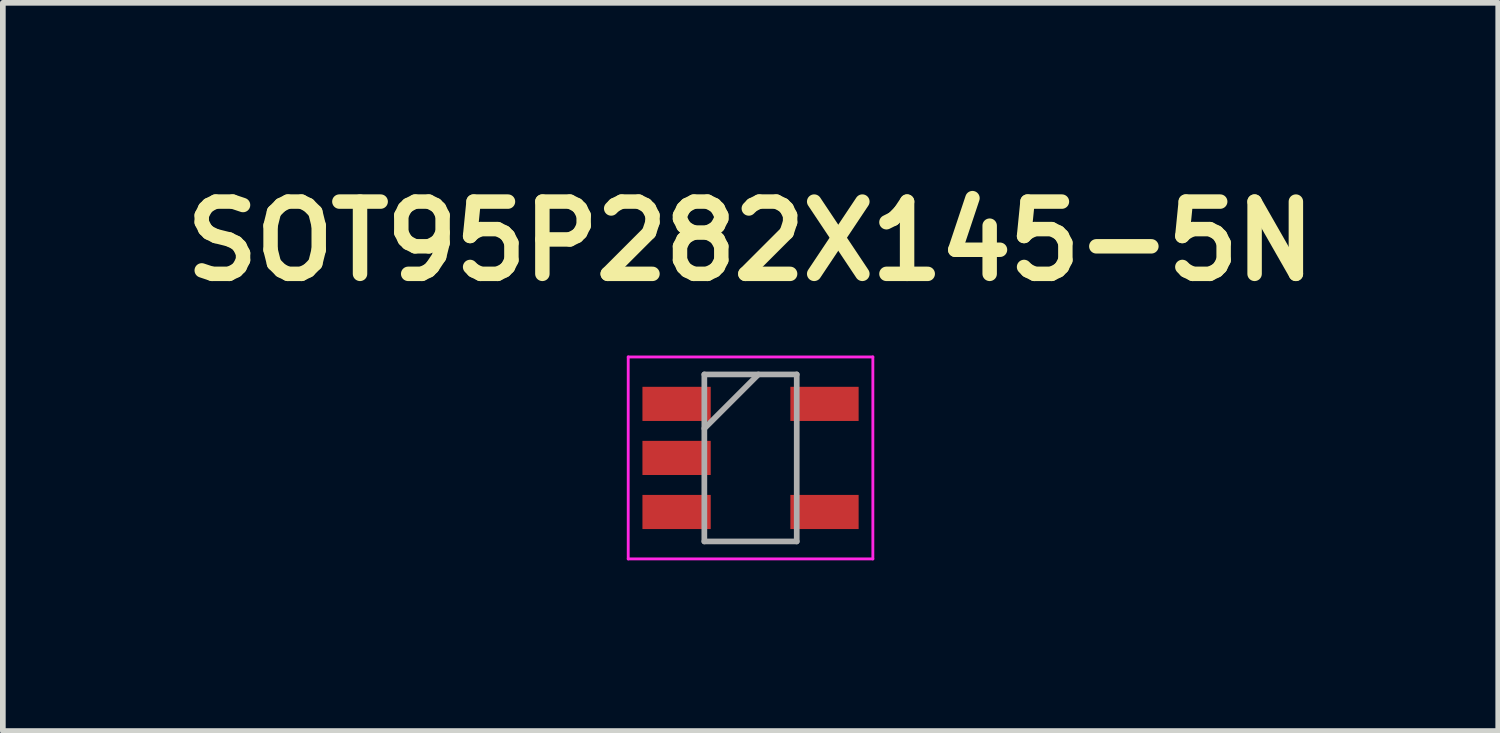
<source format=kicad_pcb>
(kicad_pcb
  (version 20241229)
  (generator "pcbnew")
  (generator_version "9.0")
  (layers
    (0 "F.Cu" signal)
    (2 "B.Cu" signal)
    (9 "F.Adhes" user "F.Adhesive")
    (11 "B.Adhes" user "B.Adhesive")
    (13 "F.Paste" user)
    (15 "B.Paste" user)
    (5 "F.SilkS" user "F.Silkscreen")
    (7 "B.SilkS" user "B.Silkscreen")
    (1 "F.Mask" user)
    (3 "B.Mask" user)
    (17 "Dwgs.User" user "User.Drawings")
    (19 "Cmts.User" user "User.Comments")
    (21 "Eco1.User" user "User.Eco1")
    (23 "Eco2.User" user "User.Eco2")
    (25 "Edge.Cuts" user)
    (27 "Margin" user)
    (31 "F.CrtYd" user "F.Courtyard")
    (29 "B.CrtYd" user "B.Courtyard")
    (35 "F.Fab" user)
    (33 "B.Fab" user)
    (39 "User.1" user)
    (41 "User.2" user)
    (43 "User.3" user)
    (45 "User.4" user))
  (footprint "SOT95P282X145-5N"
    (layer "F.Cu")
    (at 10.142 4.999)
    (property "Reference" "SOT95P282X145-5N" (at 0 -3.81 0) (layer "F.SilkS") (effects (font (size 1.27 1.27) (thickness 0.254))))
    (attr smd)
    (fp_line (start -2.15 -1.775) (end 2.15 -1.775) (stroke (width 0.05) (type solid)) (layer "F.CrtYd"))
    (fp_line (start -2.15 1.775) (end -2.15 -1.775) (stroke (width 0.05) (type solid)) (layer "F.CrtYd"))
    (fp_line (start 2.15 -1.775) (end 2.15 1.775) (stroke (width 0.05) (type solid)) (layer "F.CrtYd"))
    (fp_line (start 2.15 1.775) (end -2.15 1.775) (stroke (width 0.05) (type solid)) (layer "F.CrtYd"))
    (fp_line (start -0.812 -1.468) (end 0.812 -1.468) (stroke (width 0.1) (type solid)) (layer "F.Fab"))
    (fp_line (start -0.812 -0.518) (end 0.138 -1.468) (stroke (width 0.1) (type solid)) (layer "F.Fab"))
    (fp_line (start -0.812 1.468) (end -0.812 -1.468) (stroke (width 0.1) (type solid)) (layer "F.Fab"))
    (fp_line (start 0.812 -1.468) (end 0.812 1.468) (stroke (width 0.1) (type solid)) (layer "F.Fab"))
    (fp_line (start 0.812 1.468) (end -0.812 1.468) (stroke (width 0.1) (type solid)) (layer "F.Fab"))
    (pad "1" smd rect (at -1.3 -0.95 90) (size 0.6 1.2) (layers "F.Cu" "F.Mask" "F.Paste"))
    (pad "2" smd rect (at -1.3 0 90) (size 0.6 1.2) (layers "F.Cu" "F.Mask" "F.Paste"))
    (pad "3" smd rect (at -1.3 0.95 90) (size 0.6 1.2) (layers "F.Cu" "F.Mask" "F.Paste"))
    (pad "4" smd rect (at 1.3 0.95 90) (size 0.6 1.2) (layers "F.Cu" "F.Mask" "F.Paste"))
    (pad "5" smd rect (at 1.3 -0.95 90) (size 0.6 1.2) (layers "F.Cu" "F.Mask" "F.Paste")))
  (gr_rect
    (start -3 -3)
    (end 23.284 9.799)
    (stroke (width 0.1) (type default))
    (fill no)
    (layer "Edge.Cuts")))
</source>
